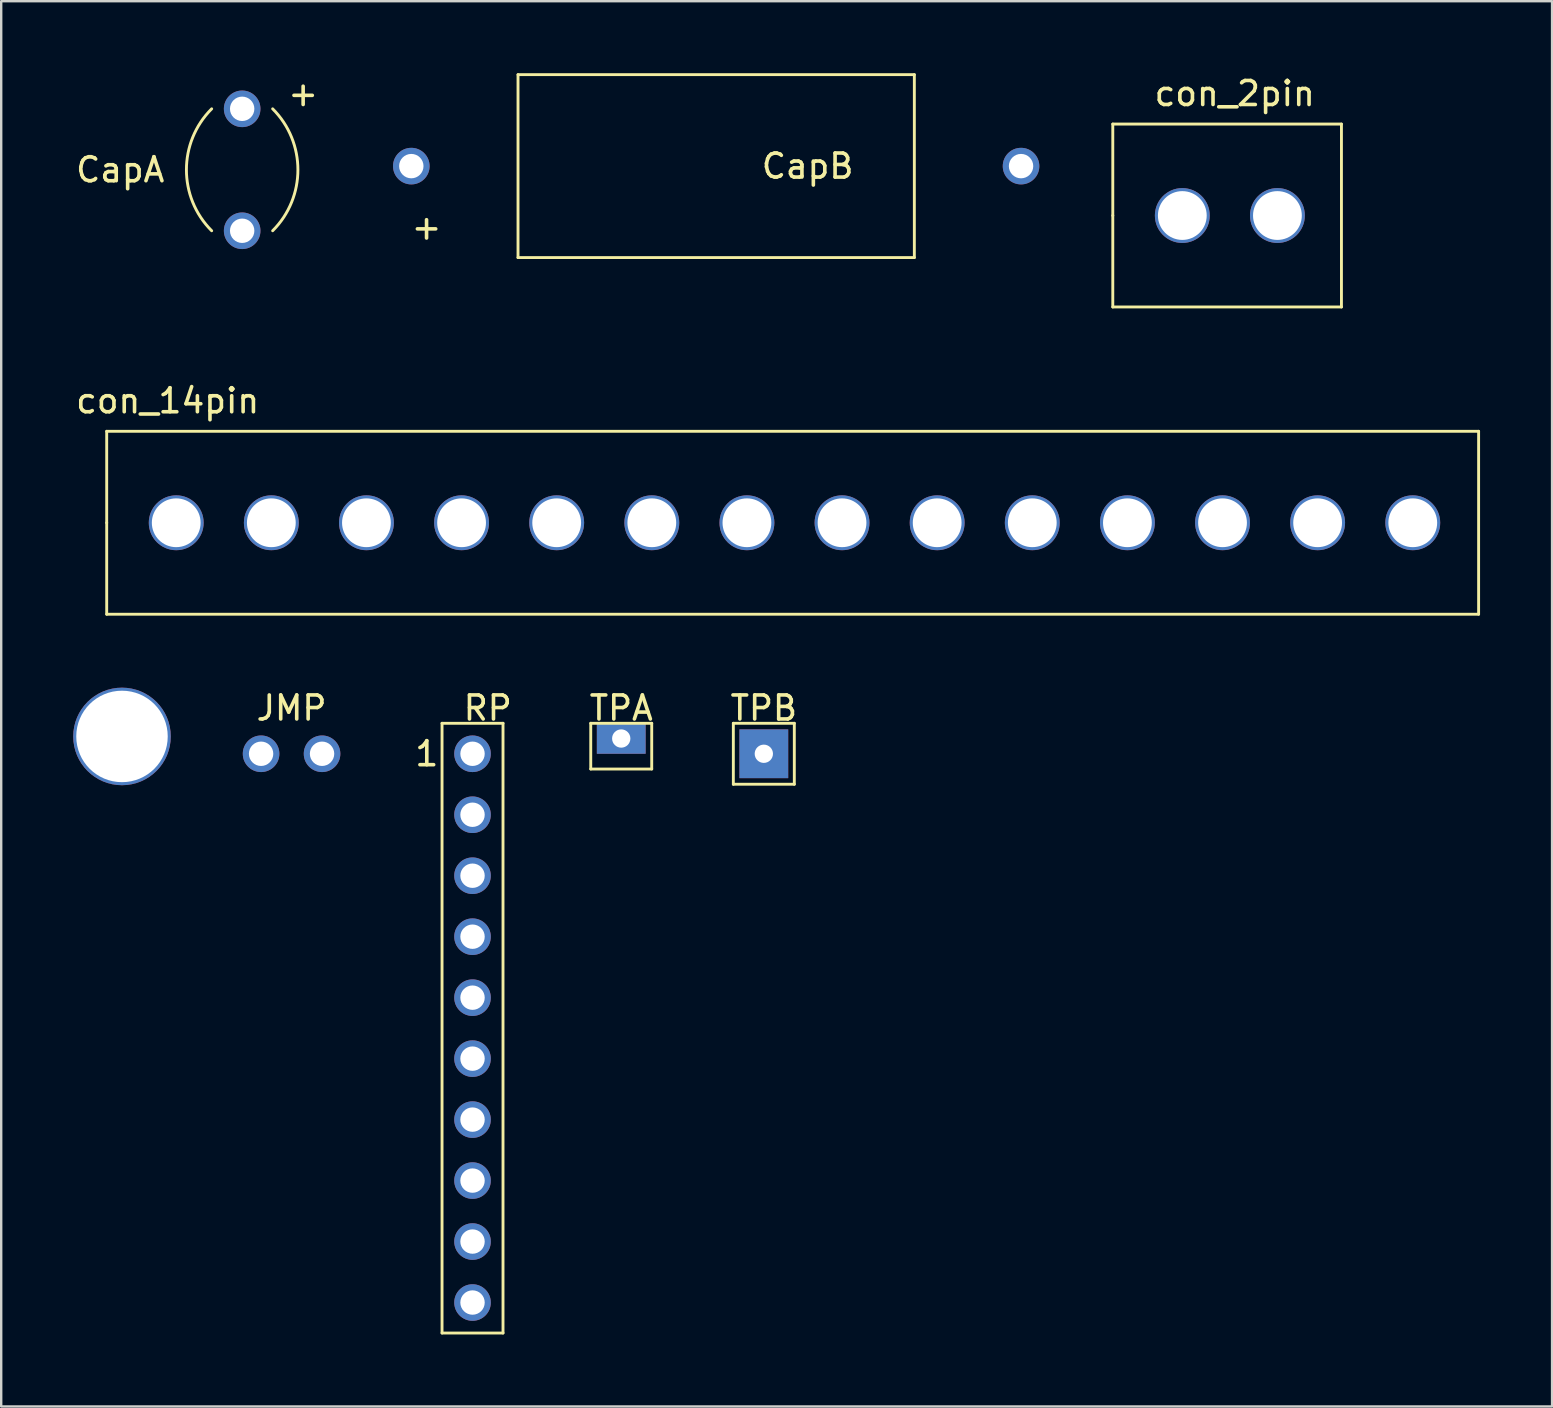
<source format=kicad_pcb>
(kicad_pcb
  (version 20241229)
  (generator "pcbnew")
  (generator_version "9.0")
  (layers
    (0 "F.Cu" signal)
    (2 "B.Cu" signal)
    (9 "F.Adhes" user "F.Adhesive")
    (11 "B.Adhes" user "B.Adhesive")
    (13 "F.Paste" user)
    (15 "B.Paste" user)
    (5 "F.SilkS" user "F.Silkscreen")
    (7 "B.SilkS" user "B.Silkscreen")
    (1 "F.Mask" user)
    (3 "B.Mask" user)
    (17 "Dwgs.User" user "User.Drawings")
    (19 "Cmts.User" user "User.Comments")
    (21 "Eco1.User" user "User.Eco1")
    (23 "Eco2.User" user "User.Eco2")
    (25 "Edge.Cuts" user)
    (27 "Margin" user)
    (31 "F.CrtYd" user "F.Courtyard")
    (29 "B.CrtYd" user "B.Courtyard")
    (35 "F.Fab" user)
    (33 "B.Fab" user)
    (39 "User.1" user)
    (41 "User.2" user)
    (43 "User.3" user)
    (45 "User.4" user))
  (footprint "hole_15"
    (layer "F.Cu")
    (at 2.032 27.628)
    (property "Reference" "hole_15" (at 1.27 0 0) (layer "F.SilkS") (effects (font (size 0.127 0.127) (thickness 0.025))))
    (attr through_hole)
    (pad "1" thru_hole circle (at 0 0) (size 4.064 4.064) (drill 3.81) (layers "*.Cu" "*.Mask")))
  (footprint "RP"
    (layer "F.Cu")
    (at 16.634 39.78)
    (property "Reference" "RP" (at 0.635 -13.335 0) (layer "F.SilkS") (effects (font (size 1 1) (thickness 0.15))))
    (attr through_hole)
    (fp_line (start -1.27 -12.7) (end 1.27 -12.7) (stroke (width 0.12) (type solid)) (layer "F.SilkS"))
    (fp_line (start -1.27 12.7) (end -1.27 -12.7) (stroke (width 0.12) (type solid)) (layer "F.SilkS"))
    (fp_line (start 1.27 -12.7) (end 1.27 12.7) (stroke (width 0.12) (type solid)) (layer "F.SilkS"))
    (fp_line (start 1.27 12.7) (end -1.27 12.7) (stroke (width 0.12) (type solid)) (layer "F.SilkS"))
    (fp_text user "1" (at -1.905 -11.43 0) (layer "F.SilkS") (effects (font (size 1 1) (thickness 0.15))))
    (pad "1" thru_hole circle (at 0 -11.43) (size 1.524 1.524) (drill 1.016) (layers "*.Cu" "*.Mask"))
    (pad "2" thru_hole circle (at 0 -8.89) (size 1.524 1.524) (drill 1.016) (layers "*.Cu" "*.Mask"))
    (pad "3" thru_hole circle (at 0 -6.35) (size 1.524 1.524) (drill 1.016) (layers "*.Cu" "*.Mask"))
    (pad "4" thru_hole circle (at 0 -3.81) (size 1.524 1.524) (drill 1.016) (layers "*.Cu" "*.Mask"))
    (pad "5" thru_hole circle (at 0 -1.27) (size 1.524 1.524) (drill 1.016) (layers "*.Cu" "*.Mask"))
    (pad "6" thru_hole circle (at 0 1.27) (size 1.524 1.524) (drill 1.016) (layers "*.Cu" "*.Mask"))
    (pad "7" thru_hole circle (at 0 3.81) (size 1.524 1.524) (drill 1.016) (layers "*.Cu" "*.Mask"))
    (pad "8" thru_hole circle (at 0 6.35) (size 1.524 1.524) (drill 1.016) (layers "*.Cu" "*.Mask"))
    (pad "9" thru_hole circle (at 0 8.89) (size 1.524 1.524) (drill 1.016) (layers "*.Cu" "*.Mask"))
    (pad "10" thru_hole circle (at 0 11.43) (size 1.524 1.524) (drill 1.016) (layers "*.Cu" "*.Mask")))
  (footprint "con_14pin"
    (layer "F.Cu")
    (at 28.065 18.727)
    (property "Reference" "con_14pin" (at -24.13 -5.08 0) (layer "F.SilkS") (effects (font (size 1 1) (thickness 0.15))))
    (attr through_hole)
    (fp_line (start -26.67 -3.81) (end -26.67 0) (stroke (width 0.12) (type solid)) (layer "F.SilkS"))
    (fp_line (start -26.67 0) (end -26.67 3.81) (stroke (width 0.12) (type solid)) (layer "F.SilkS"))
    (fp_line (start -26.67 3.81) (end 30.48 3.81) (stroke (width 0.12) (type solid)) (layer "F.SilkS"))
    (fp_line (start 30.48 -3.81) (end -26.67 -3.81) (stroke (width 0.12) (type solid)) (layer "F.SilkS"))
    (fp_line (start 30.48 3.81) (end 30.48 -3.81) (stroke (width 0.12) (type solid)) (layer "F.SilkS"))
    (pad "1" thru_hole circle (at -23.774 0) (size 2.286 2.286) (drill 2.032) (layers "*.Cu" "*.Mask"))
    (pad "2" thru_hole circle (at -19.812 0) (size 2.286 2.286) (drill 2.032) (layers "*.Cu" "*.Mask"))
    (pad "3" thru_hole circle (at -15.85 0) (size 2.286 2.286) (drill 2.032) (layers "*.Cu" "*.Mask"))
    (pad "4" thru_hole circle (at -11.887 0) (size 2.286 2.286) (drill 2.032) (layers "*.Cu" "*.Mask"))
    (pad "5" thru_hole circle (at -7.925 0) (size 2.286 2.286) (drill 2.032) (layers "*.Cu" "*.Mask"))
    (pad "6" thru_hole circle (at -3.962 0) (size 2.286 2.286) (drill 2.032) (layers "*.Cu" "*.Mask"))
    (pad "7" thru_hole circle (at 0 0) (size 2.286 2.286) (drill 2.032) (layers "*.Cu" "*.Mask"))
    (pad "8" thru_hole circle (at 3.962 0) (size 2.286 2.286) (drill 2.032) (layers "*.Cu" "*.Mask"))
    (pad "9" thru_hole circle (at 7.925 0) (size 2.286 2.286) (drill 2.032) (layers "*.Cu" "*.Mask"))
    (pad "10" thru_hole circle (at 11.887 0) (size 2.286 2.286) (drill 2.032) (layers "*.Cu" "*.Mask"))
    (pad "11" thru_hole circle (at 15.85 0) (size 2.286 2.286) (drill 2.032) (layers "*.Cu" "*.Mask"))
    (pad "12" thru_hole circle (at 19.812 0) (size 2.286 2.286) (drill 2.032) (layers "*.Cu" "*.Mask"))
    (pad "13" thru_hole circle (at 23.774 0) (size 2.286 2.286) (drill 2.032) (layers "*.Cu" "*.Mask"))
    (pad "14" thru_hole circle (at 27.737 0) (size 2.286 2.286) (drill 2.032) (layers "*.Cu" "*.Mask")))
  (footprint "CapB"
    (layer "F.Cu")
    (at 26.784 3.87)
    (property "Reference" "CapB" (at 3.81 0 0) (layer "F.SilkS") (effects (font (size 1 1) (thickness 0.15))))
    (attr through_hole)
    (fp_line (start -8.255 -3.81) (end -8.255 3.81) (stroke (width 0.12) (type solid)) (layer "F.SilkS"))
    (fp_line (start 8.255 -3.81) (end -8.255 -3.81) (stroke (width 0.12) (type solid)) (layer "F.SilkS"))
    (fp_line (start 8.255 -3.81) (end 8.255 3.81) (stroke (width 0.12) (type solid)) (layer "F.SilkS"))
    (fp_line (start 8.255 3.81) (end -8.255 3.81) (stroke (width 0.12) (type solid)) (layer "F.SilkS"))
    (fp_text user "+" (at -12.065 2.54 0) (layer "F.SilkS") (effects (font (size 1 1) (thickness 0.15))))
    (pad "1" thru_hole circle (at -12.7 0) (size 1.524 1.524) (drill 1.016) (layers "*.Cu" "*.Mask"))
    (pad "2" thru_hole circle (at 12.7 0) (size 1.524 1.524) (drill 1.016) (layers "*.Cu" "*.Mask")))
  (footprint "CapA"
    (layer "F.Cu")
    (at 7.038 4.023)
    (property "Reference" "CapA" (at -5.08 0 0) (layer "F.SilkS") (effects (font (size 1 1) (thickness 0.15))))
    (attr through_hole)
    (fp_arc (start -1.269999 2.539999) (mid -2.322101 0) (end -1.269999 -2.539999) (stroke (width 0.12) (type solid)) (layer "F.SilkS"))
    (fp_arc (start 1.269999 -2.539999) (mid 2.322101 0) (end 1.269999 2.539999) (stroke (width 0.12) (type solid)) (layer "F.SilkS"))
    (fp_text user "+" (at 2.54 -3.175 0) (layer "F.SilkS") (effects (font (size 1 1) (thickness 0.15))))
    (pad "1" thru_hole circle (at 0 -2.54) (size 1.524 1.524) (drill 1.016) (layers "*.Cu" "*.Mask"))
    (pad "2" thru_hole circle (at 0 2.54) (size 1.524 1.524) (drill 1.016) (layers "*.Cu" "*.Mask")))
  (footprint "TPA"
    (layer "F.Cu")
    (at 22.829 27.715)
    (property "Reference" "TPA" (at 0 -1.27 0) (layer "F.SilkS") (effects (font (size 1 1) (thickness 0.15))))
    (attr through_hole)
    (fp_line (start -1.27 -0.635) (end -1.27 1.27) (stroke (width 0.12) (type solid)) (layer "F.SilkS"))
    (fp_line (start -1.27 1.27) (end 1.27 1.27) (stroke (width 0.12) (type solid)) (layer "F.SilkS"))
    (fp_line (start 1.27 -0.635) (end -1.27 -0.635) (stroke (width 0.12) (type solid)) (layer "F.SilkS"))
    (fp_line (start 1.27 1.27) (end 1.27 -0.635) (stroke (width 0.12) (type solid)) (layer "F.SilkS"))
    (pad "1" thru_hole rect (at 0 0) (size 2.032 1.27) (drill 0.762) (layers "*.Cu" "*.Mask")))
  (footprint "TPB"
    (layer "F.Cu")
    (at 28.769 28.35)
    (property "Reference" "TPB" (at 0 -1.905 0) (layer "F.SilkS") (effects (font (size 1 1) (thickness 0.15))))
    (attr through_hole)
    (fp_line (start -1.27 -1.27) (end 1.27 -1.27) (stroke (width 0.12) (type solid)) (layer "F.SilkS"))
    (fp_line (start -1.27 1.27) (end -1.27 -1.27) (stroke (width 0.12) (type solid)) (layer "F.SilkS"))
    (fp_line (start 1.27 -1.27) (end 1.27 1.27) (stroke (width 0.12) (type solid)) (layer "F.SilkS"))
    (fp_line (start 1.27 1.27) (end -1.27 1.27) (stroke (width 0.12) (type solid)) (layer "F.SilkS"))
    (pad "1" thru_hole rect (at 0 0) (size 2.032 2.032) (drill 0.762) (layers "*.Cu" "*.Mask")))
  (footprint "con_2pin"
    (layer "F.Cu")
    (at 48.386 5.928)
    (property "Reference" "con_2pin" (at 0 -5.08 0) (layer "F.SilkS") (effects (font (size 1 1) (thickness 0.15))))
    (attr through_hole)
    (fp_line (start -5.08 -3.81) (end -5.08 0) (stroke (width 0.12) (type solid)) (layer "F.SilkS"))
    (fp_line (start -5.08 -3.81) (end 4.445 -3.81) (stroke (width 0.12) (type solid)) (layer "F.SilkS"))
    (fp_line (start -5.08 0) (end -5.08 3.81) (stroke (width 0.12) (type solid)) (layer "F.SilkS"))
    (fp_line (start 4.445 -3.81) (end 4.445 3.81) (stroke (width 0.12) (type solid)) (layer "F.SilkS"))
    (fp_line (start 4.445 3.81) (end -5.08 3.81) (stroke (width 0.12) (type solid)) (layer "F.SilkS"))
    (pad "1" thru_hole circle (at -2.184 0) (size 2.286 2.286) (drill 2.032) (layers "*.Cu" "*.Mask"))
    (pad "2" thru_hole circle (at 1.778 0) (size 2.286 2.286) (drill 2.032) (layers "*.Cu" "*.Mask")))
  (footprint "JMP"
    (layer "F.Cu")
    (at 9.096 28.35)
    (property "Reference" "JMP" (at 0 -1.905 0) (layer "F.SilkS") (effects (font (size 1 1) (thickness 0.15))))
    (attr through_hole)
    (pad "1" thru_hole circle (at -1.27 0) (size 1.524 1.524) (drill 1.016) (layers "*.Cu" "*.Mask"))
    (pad "2" thru_hole circle (at 1.27 0) (size 1.524 1.524) (drill 1.016) (layers "*.Cu" "*.Mask")))
  (gr_rect
    (start -3 -3)
    (end 61.605 55.54)
    (stroke (width 0.1) (type default))
    (fill no)
    (layer "Edge.Cuts")))
</source>
